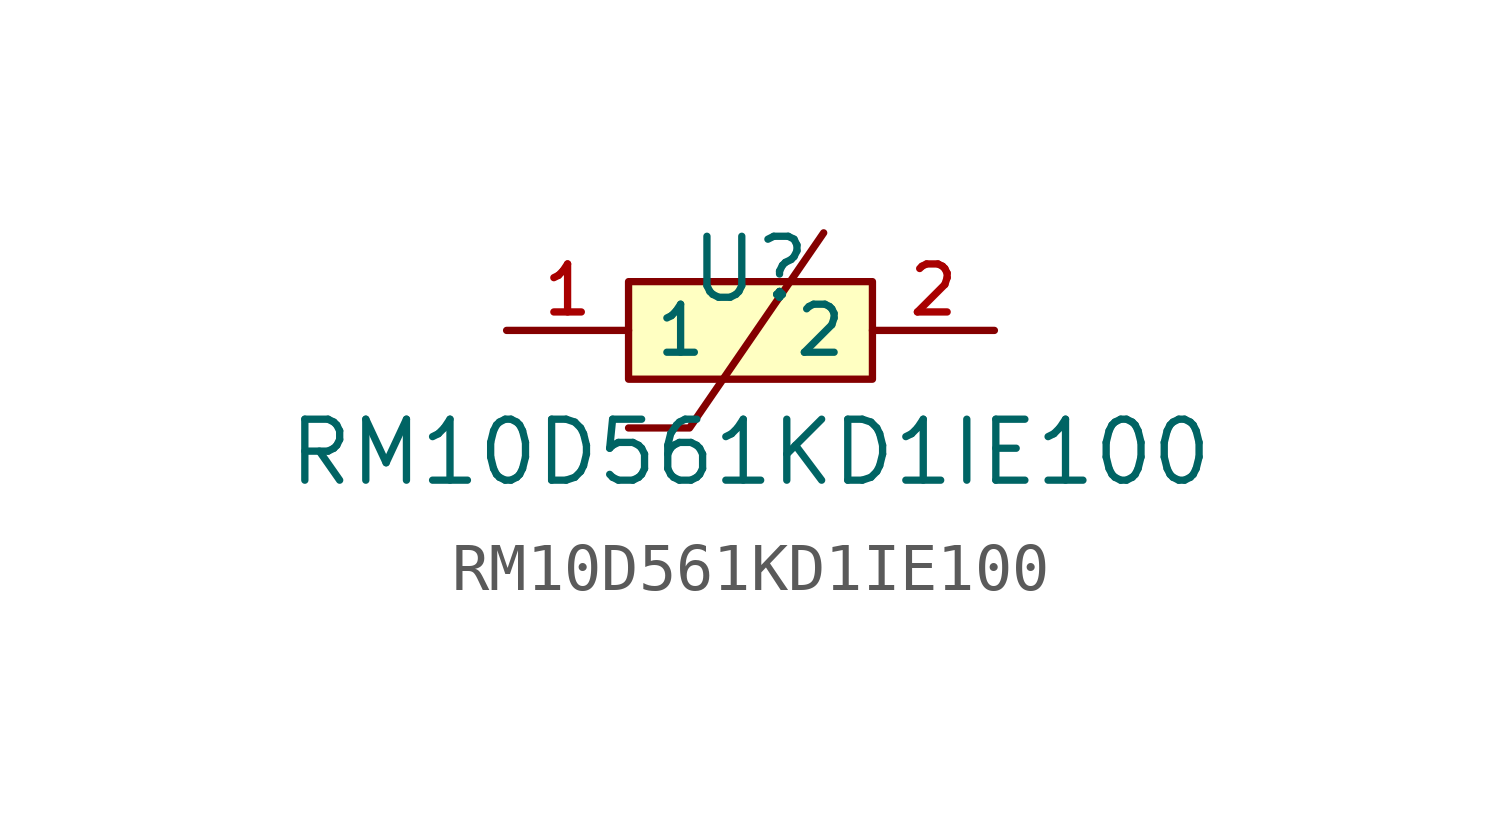
<source format=kicad_sym>
(kicad_symbol_lib
  (version 20210201)
  (generator TousstNicolas/JLC2KiCad_lib)
  (symbol "RM10D561KD1IE100"
    (property "Reference" "U"
      (at 0 1.27 0)
      (effects (font (size 1.27 1.27))))
    (property "Value" "RM10D561KD1IE100"
      (at 0 -2.54 0)
      (effects (font (size 1.27 1.27))))
    (symbol "RM10D561KD1IE100_0_1"
      (pin unspecified line (at -5.08 -0.0 0) (length 2.54) (name "1" (effects (font (size 1 1)))) (number "1" (effects (font (size 1 1)))))
      (pin unspecified line (at 5.08 -0.0 180) (length 2.54) (name "2" (effects (font (size 1 1)))) (number "2" (effects (font (size 1 1)))))
      (rectangle (start -2.54 1.016) (end 2.54 -1.016) (stroke (width 0) (type default) (color 0 0 0 0)) (fill (type background)))
      (polyline (pts (xy 1.524 2.032) (xy -1.27 -2.032) (xy -2.54 -2.032)) (stroke (width 0) (type default) (color 0 0 0 0)) (fill (type none))))))
</source>
